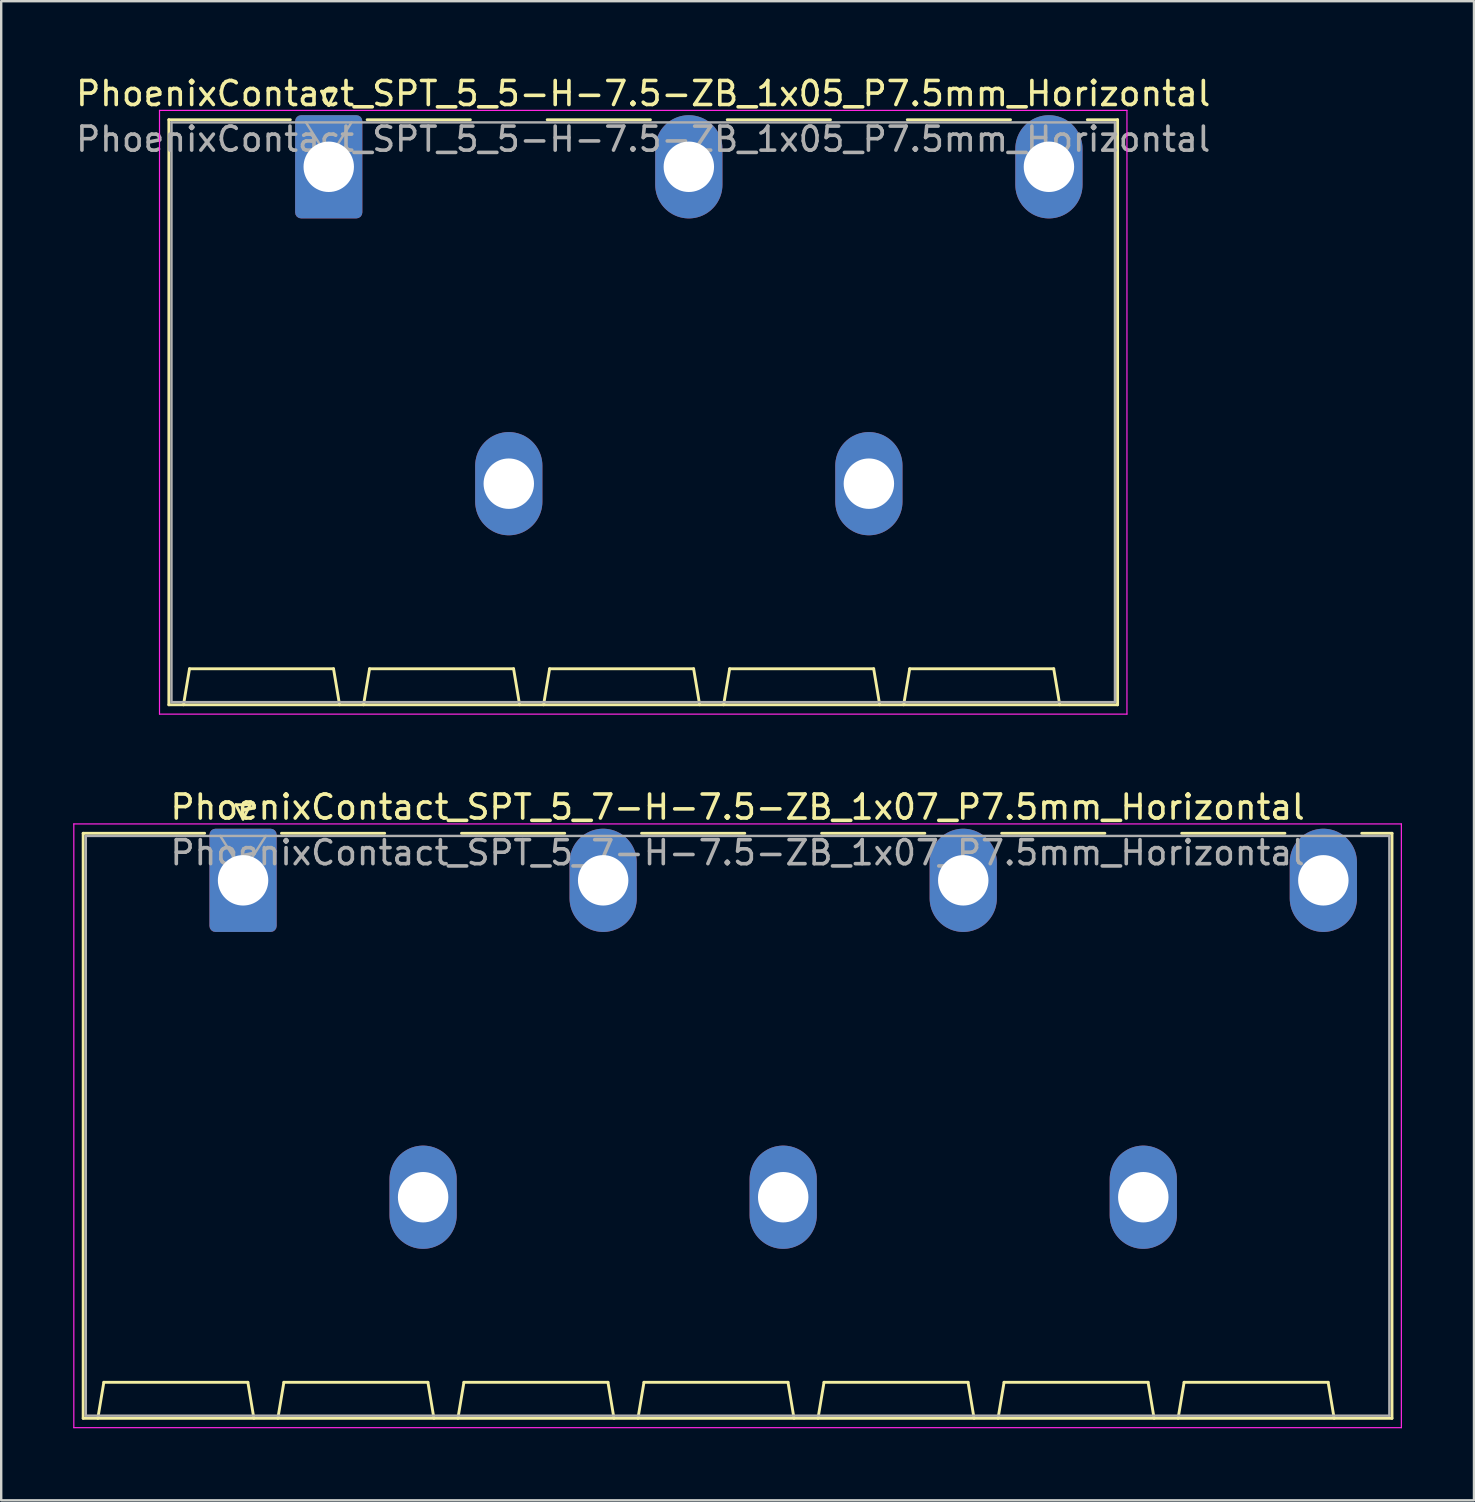
<source format=kicad_pcb>
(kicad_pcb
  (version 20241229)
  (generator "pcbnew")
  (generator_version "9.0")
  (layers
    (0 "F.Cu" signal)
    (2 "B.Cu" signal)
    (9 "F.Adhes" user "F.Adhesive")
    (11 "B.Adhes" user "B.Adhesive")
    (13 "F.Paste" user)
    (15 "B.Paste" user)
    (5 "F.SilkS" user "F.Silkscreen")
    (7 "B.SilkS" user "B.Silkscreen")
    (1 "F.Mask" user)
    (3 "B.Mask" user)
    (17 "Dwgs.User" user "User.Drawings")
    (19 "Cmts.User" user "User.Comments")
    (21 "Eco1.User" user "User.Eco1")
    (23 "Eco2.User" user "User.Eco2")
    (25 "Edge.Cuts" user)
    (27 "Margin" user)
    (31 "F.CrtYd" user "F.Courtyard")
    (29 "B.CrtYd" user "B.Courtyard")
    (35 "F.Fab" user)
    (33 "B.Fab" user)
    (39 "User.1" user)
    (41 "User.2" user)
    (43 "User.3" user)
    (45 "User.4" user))
  (footprint "PhoenixContact_SPT_5_7-H-7.5-ZB_1x07_P7.5mm_Horizontal"
    (layer "F.Cu")
    (at 7.075 33.621)
    (property "Reference" "PhoenixContact_SPT_5_7-H-7.5-ZB_1x07_P7.5mm_Horizontal" (at 20.6 -3.05 0) (layer "F.SilkS") (effects (font (size 1 1) (thickness 0.15))))
    (attr through_hole)
    (fp_line (start -6.66 -1.96) (end -1.6 -1.96) (stroke (width 0.12) (type solid)) (layer "F.SilkS"))
    (fp_line (start -6.66 22.41) (end -6.66 -1.96) (stroke (width 0.12) (type solid)) (layer "F.SilkS"))
    (fp_line (start -6.05 22.41) (end -5.8 20.91) (stroke (width 0.12) (type solid)) (layer "F.SilkS"))
    (fp_line (start -5.8 20.91) (end 0.2 20.91) (stroke (width 0.12) (type solid)) (layer "F.SilkS"))
    (fp_line (start -0.3 -3.15) (end 0 -2.55) (stroke (width 0.12) (type solid)) (layer "F.SilkS"))
    (fp_line (start -0.3 -3.15) (end 0.3 -3.15) (stroke (width 0.12) (type solid)) (layer "F.SilkS"))
    (fp_line (start 0.3 -3.15) (end 0 -2.55) (stroke (width 0.12) (type solid)) (layer "F.SilkS"))
    (fp_line (start 0.45 22.41) (end 0.2 20.91) (stroke (width 0.12) (type solid)) (layer "F.SilkS"))
    (fp_line (start 1.45 22.41) (end 1.7 20.91) (stroke (width 0.12) (type solid)) (layer "F.SilkS"))
    (fp_line (start 1.6 -1.96) (end 5.9 -1.96) (stroke (width 0.12) (type solid)) (layer "F.SilkS"))
    (fp_line (start 1.7 20.91) (end 7.7 20.91) (stroke (width 0.12) (type solid)) (layer "F.SilkS"))
    (fp_line (start 7.95 22.41) (end 7.7 20.91) (stroke (width 0.12) (type solid)) (layer "F.SilkS"))
    (fp_line (start 8.95 22.41) (end 9.2 20.91) (stroke (width 0.12) (type solid)) (layer "F.SilkS"))
    (fp_line (start 9.1 -1.96) (end 13.4 -1.96) (stroke (width 0.12) (type solid)) (layer "F.SilkS"))
    (fp_line (start 9.2 20.91) (end 15.2 20.91) (stroke (width 0.12) (type solid)) (layer "F.SilkS"))
    (fp_line (start 15.45 22.41) (end 15.2 20.91) (stroke (width 0.12) (type solid)) (layer "F.SilkS"))
    (fp_line (start 16.45 22.41) (end 16.7 20.91) (stroke (width 0.12) (type solid)) (layer "F.SilkS"))
    (fp_line (start 16.6 -1.96) (end 20.9 -1.96) (stroke (width 0.12) (type solid)) (layer "F.SilkS"))
    (fp_line (start 16.7 20.91) (end 22.7 20.91) (stroke (width 0.12) (type solid)) (layer "F.SilkS"))
    (fp_line (start 22.95 22.41) (end 22.7 20.91) (stroke (width 0.12) (type solid)) (layer "F.SilkS"))
    (fp_line (start 23.95 22.41) (end 24.2 20.91) (stroke (width 0.12) (type solid)) (layer "F.SilkS"))
    (fp_line (start 24.1 -1.96) (end 28.4 -1.96) (stroke (width 0.12) (type solid)) (layer "F.SilkS"))
    (fp_line (start 24.2 20.91) (end 30.2 20.91) (stroke (width 0.12) (type solid)) (layer "F.SilkS"))
    (fp_line (start 30.45 22.41) (end 30.2 20.91) (stroke (width 0.12) (type solid)) (layer "F.SilkS"))
    (fp_line (start 31.45 22.41) (end 31.7 20.91) (stroke (width 0.12) (type solid)) (layer "F.SilkS"))
    (fp_line (start 31.6 -1.96) (end 35.9 -1.96) (stroke (width 0.12) (type solid)) (layer "F.SilkS"))
    (fp_line (start 31.7 20.91) (end 37.7 20.91) (stroke (width 0.12) (type solid)) (layer "F.SilkS"))
    (fp_line (start 37.95 22.41) (end 37.7 20.91) (stroke (width 0.12) (type solid)) (layer "F.SilkS"))
    (fp_line (start 38.95 22.41) (end 39.2 20.91) (stroke (width 0.12) (type solid)) (layer "F.SilkS"))
    (fp_line (start 39.1 -1.96) (end 43.4 -1.96) (stroke (width 0.12) (type solid)) (layer "F.SilkS"))
    (fp_line (start 39.2 20.91) (end 45.2 20.91) (stroke (width 0.12) (type solid)) (layer "F.SilkS"))
    (fp_line (start 45.45 22.41) (end 45.2 20.91) (stroke (width 0.12) (type solid)) (layer "F.SilkS"))
    (fp_line (start 46.6 -1.96) (end 47.86 -1.96) (stroke (width 0.12) (type solid)) (layer "F.SilkS"))
    (fp_line (start 47.86 -1.96) (end 47.86 22.41) (stroke (width 0.12) (type solid)) (layer "F.SilkS"))
    (fp_line (start 47.86 22.41) (end -6.66 22.41) (stroke (width 0.12) (type solid)) (layer "F.SilkS"))
    (fp_line (start -7.05 -2.35) (end -7.05 22.8) (stroke (width 0.05) (type solid)) (layer "F.CrtYd"))
    (fp_line (start -7.05 22.8) (end 48.25 22.8) (stroke (width 0.05) (type solid)) (layer "F.CrtYd"))
    (fp_line (start 48.25 -2.35) (end -7.05 -2.35) (stroke (width 0.05) (type solid)) (layer "F.CrtYd"))
    (fp_line (start 48.25 22.8) (end 48.25 -2.35) (stroke (width 0.05) (type solid)) (layer "F.CrtYd"))
    (fp_line (start -6.55 -1.85) (end -6.55 22.3) (stroke (width 0.1) (type solid)) (layer "F.Fab"))
    (fp_line (start -6.55 22.3) (end 47.75 22.3) (stroke (width 0.1) (type solid)) (layer "F.Fab"))
    (fp_line (start -0.95 -1.85) (end 0 -0.35) (stroke (width 0.1) (type solid)) (layer "F.Fab"))
    (fp_line (start 0.95 -1.85) (end 0 -0.35) (stroke (width 0.1) (type solid)) (layer "F.Fab"))
    (fp_line (start 47.75 -1.85) (end -6.55 -1.85) (stroke (width 0.1) (type solid)) (layer "F.Fab"))
    (fp_line (start 47.75 22.3) (end 47.75 -1.85) (stroke (width 0.1) (type solid)) (layer "F.Fab"))
    (fp_text user "${REFERENCE}" (at 20.6 -1.15 0) (layer "F.Fab") (effects (font (size 1 1) (thickness 0.15))))
    (pad "1" thru_hole roundrect (at 0 0) (size 2.8 4.3) (drill 2.1) (layers "*.Cu" "*.Mask") (roundrect_rratio 0.089))
    (pad "2" thru_hole oval (at 7.5 13.2) (size 2.8 4.3) (drill 2.1) (layers "*.Cu" "*.Mask"))
    (pad "3" thru_hole oval (at 15 0) (size 2.8 4.3) (drill 2.1) (layers "*.Cu" "*.Mask"))
    (pad "4" thru_hole oval (at 22.5 13.2) (size 2.8 4.3) (drill 2.1) (layers "*.Cu" "*.Mask"))
    (pad "5" thru_hole oval (at 30 0) (size 2.8 4.3) (drill 2.1) (layers "*.Cu" "*.Mask"))
    (pad "6" thru_hole oval (at 37.5 13.2) (size 2.8 4.3) (drill 2.1) (layers "*.Cu" "*.Mask"))
    (pad "7" thru_hole oval (at 45 0) (size 2.8 4.3) (drill 2.1) (layers "*.Cu" "*.Mask")))
  (footprint "PhoenixContact_SPT_5_5-H-7.5-ZB_1x05_P7.5mm_Horizontal"
    (layer "F.Cu")
    (at 10.644 3.898)
    (property "Reference" "PhoenixContact_SPT_5_5-H-7.5-ZB_1x05_P7.5mm_Horizontal" (at 13.1 -3.05 0) (layer "F.SilkS") (effects (font (size 1 1) (thickness 0.15))))
    (attr through_hole)
    (fp_line (start -6.66 -1.96) (end -1.6 -1.96) (stroke (width 0.12) (type solid)) (layer "F.SilkS"))
    (fp_line (start -6.66 22.41) (end -6.66 -1.96) (stroke (width 0.12) (type solid)) (layer "F.SilkS"))
    (fp_line (start -6.05 22.41) (end -5.8 20.91) (stroke (width 0.12) (type solid)) (layer "F.SilkS"))
    (fp_line (start -5.8 20.91) (end 0.2 20.91) (stroke (width 0.12) (type solid)) (layer "F.SilkS"))
    (fp_line (start -0.3 -3.15) (end 0 -2.55) (stroke (width 0.12) (type solid)) (layer "F.SilkS"))
    (fp_line (start -0.3 -3.15) (end 0.3 -3.15) (stroke (width 0.12) (type solid)) (layer "F.SilkS"))
    (fp_line (start 0.3 -3.15) (end 0 -2.55) (stroke (width 0.12) (type solid)) (layer "F.SilkS"))
    (fp_line (start 0.45 22.41) (end 0.2 20.91) (stroke (width 0.12) (type solid)) (layer "F.SilkS"))
    (fp_line (start 1.45 22.41) (end 1.7 20.91) (stroke (width 0.12) (type solid)) (layer "F.SilkS"))
    (fp_line (start 1.6 -1.96) (end 5.9 -1.96) (stroke (width 0.12) (type solid)) (layer "F.SilkS"))
    (fp_line (start 1.7 20.91) (end 7.7 20.91) (stroke (width 0.12) (type solid)) (layer "F.SilkS"))
    (fp_line (start 7.95 22.41) (end 7.7 20.91) (stroke (width 0.12) (type solid)) (layer "F.SilkS"))
    (fp_line (start 8.95 22.41) (end 9.2 20.91) (stroke (width 0.12) (type solid)) (layer "F.SilkS"))
    (fp_line (start 9.1 -1.96) (end 13.4 -1.96) (stroke (width 0.12) (type solid)) (layer "F.SilkS"))
    (fp_line (start 9.2 20.91) (end 15.2 20.91) (stroke (width 0.12) (type solid)) (layer "F.SilkS"))
    (fp_line (start 15.45 22.41) (end 15.2 20.91) (stroke (width 0.12) (type solid)) (layer "F.SilkS"))
    (fp_line (start 16.45 22.41) (end 16.7 20.91) (stroke (width 0.12) (type solid)) (layer "F.SilkS"))
    (fp_line (start 16.6 -1.96) (end 20.9 -1.96) (stroke (width 0.12) (type solid)) (layer "F.SilkS"))
    (fp_line (start 16.7 20.91) (end 22.7 20.91) (stroke (width 0.12) (type solid)) (layer "F.SilkS"))
    (fp_line (start 22.95 22.41) (end 22.7 20.91) (stroke (width 0.12) (type solid)) (layer "F.SilkS"))
    (fp_line (start 23.95 22.41) (end 24.2 20.91) (stroke (width 0.12) (type solid)) (layer "F.SilkS"))
    (fp_line (start 24.1 -1.96) (end 28.4 -1.96) (stroke (width 0.12) (type solid)) (layer "F.SilkS"))
    (fp_line (start 24.2 20.91) (end 30.2 20.91) (stroke (width 0.12) (type solid)) (layer "F.SilkS"))
    (fp_line (start 30.45 22.41) (end 30.2 20.91) (stroke (width 0.12) (type solid)) (layer "F.SilkS"))
    (fp_line (start 31.6 -1.96) (end 32.86 -1.96) (stroke (width 0.12) (type solid)) (layer "F.SilkS"))
    (fp_line (start 32.86 -1.96) (end 32.86 22.41) (stroke (width 0.12) (type solid)) (layer "F.SilkS"))
    (fp_line (start 32.86 22.41) (end -6.66 22.41) (stroke (width 0.12) (type solid)) (layer "F.SilkS"))
    (fp_line (start -7.05 -2.35) (end -7.05 22.8) (stroke (width 0.05) (type solid)) (layer "F.CrtYd"))
    (fp_line (start -7.05 22.8) (end 33.25 22.8) (stroke (width 0.05) (type solid)) (layer "F.CrtYd"))
    (fp_line (start 33.25 -2.35) (end -7.05 -2.35) (stroke (width 0.05) (type solid)) (layer "F.CrtYd"))
    (fp_line (start 33.25 22.8) (end 33.25 -2.35) (stroke (width 0.05) (type solid)) (layer "F.CrtYd"))
    (fp_line (start -6.55 -1.85) (end -6.55 22.3) (stroke (width 0.1) (type solid)) (layer "F.Fab"))
    (fp_line (start -6.55 22.3) (end 32.75 22.3) (stroke (width 0.1) (type solid)) (layer "F.Fab"))
    (fp_line (start -0.95 -1.85) (end 0 -0.35) (stroke (width 0.1) (type solid)) (layer "F.Fab"))
    (fp_line (start 0.95 -1.85) (end 0 -0.35) (stroke (width 0.1) (type solid)) (layer "F.Fab"))
    (fp_line (start 32.75 -1.85) (end -6.55 -1.85) (stroke (width 0.1) (type solid)) (layer "F.Fab"))
    (fp_line (start 32.75 22.3) (end 32.75 -1.85) (stroke (width 0.1) (type solid)) (layer "F.Fab"))
    (fp_text user "${REFERENCE}" (at 13.1 -1.15 0) (layer "F.Fab") (effects (font (size 1 1) (thickness 0.15))))
    (pad "1" thru_hole roundrect (at 0 0) (size 2.8 4.3) (drill 2.1) (layers "*.Cu" "*.Mask") (roundrect_rratio 0.089))
    (pad "2" thru_hole oval (at 7.5 13.2) (size 2.8 4.3) (drill 2.1) (layers "*.Cu" "*.Mask"))
    (pad "3" thru_hole oval (at 15 0) (size 2.8 4.3) (drill 2.1) (layers "*.Cu" "*.Mask"))
    (pad "4" thru_hole oval (at 22.5 13.2) (size 2.8 4.3) (drill 2.1) (layers "*.Cu" "*.Mask"))
    (pad "5" thru_hole oval (at 30 0) (size 2.8 4.3) (drill 2.1) (layers "*.Cu" "*.Mask")))
  (gr_rect
    (start -3 -3)
    (end 58.35 59.447)
    (stroke (width 0.1) (type default))
    (fill no)
    (layer "Edge.Cuts")))
</source>
